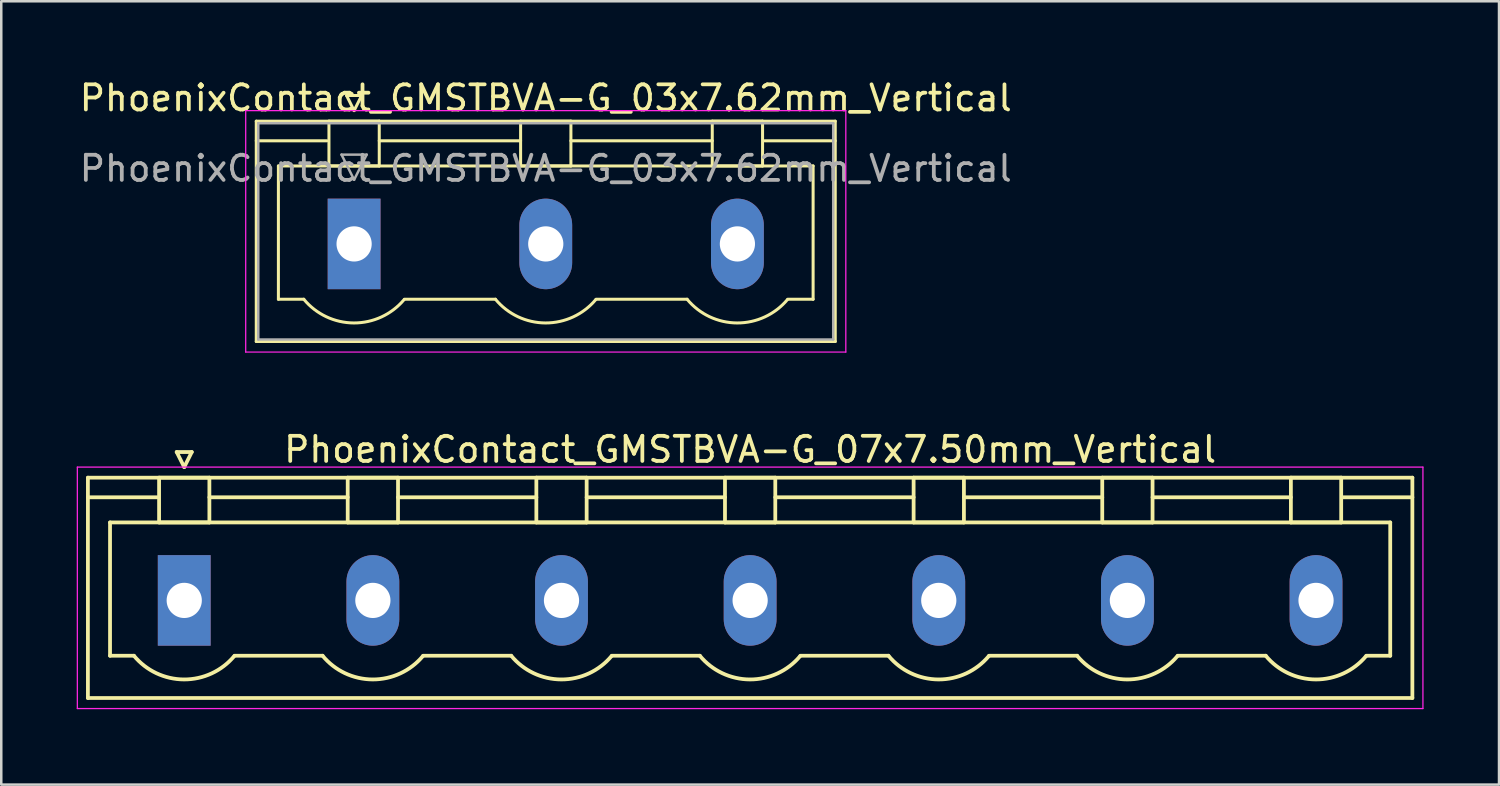
<source format=kicad_pcb>
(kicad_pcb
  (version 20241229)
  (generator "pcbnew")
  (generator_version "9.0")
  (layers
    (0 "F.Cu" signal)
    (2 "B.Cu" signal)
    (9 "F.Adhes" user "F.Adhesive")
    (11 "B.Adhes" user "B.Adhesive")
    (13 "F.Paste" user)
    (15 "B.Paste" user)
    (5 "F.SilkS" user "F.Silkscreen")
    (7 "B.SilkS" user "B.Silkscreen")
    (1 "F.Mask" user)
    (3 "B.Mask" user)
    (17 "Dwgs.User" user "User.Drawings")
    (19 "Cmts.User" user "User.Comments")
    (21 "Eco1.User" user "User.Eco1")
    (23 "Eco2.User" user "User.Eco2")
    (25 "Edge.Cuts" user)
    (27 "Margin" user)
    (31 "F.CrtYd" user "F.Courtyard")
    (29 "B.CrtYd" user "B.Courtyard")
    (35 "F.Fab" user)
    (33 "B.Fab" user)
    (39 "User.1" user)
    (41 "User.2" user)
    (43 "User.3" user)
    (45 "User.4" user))
  (footprint "PhoenixContact_GMSTBVA-G_07x7.50mm_Vertical"
    (layer "F.Cu")
    (at 4.275 20.822)
    (property "Reference" "PhoenixContact_GMSTBVA-G_07x7.50mm_Vertical" (at 22.5 -6 0) (layer "F.SilkS") (effects (font (size 1 1) (thickness 0.15))))
    (attr through_hole)
    (fp_line (start -3.83 -4.88) (end -3.83 3.88) (stroke (width 0.15) (type solid)) (layer "F.SilkS"))
    (fp_line (start -3.83 -4.1) (end -1.08 -4.1) (stroke (width 0.15) (type solid)) (layer "F.SilkS"))
    (fp_line (start -3.83 3.88) (end 48.83 3.88) (stroke (width 0.15) (type solid)) (layer "F.SilkS"))
    (fp_line (start -2.95 -3.1) (end 47.95 -3.1) (stroke (width 0.15) (type solid)) (layer "F.SilkS"))
    (fp_line (start -2.95 2.2) (end -2.95 -3.1) (stroke (width 0.15) (type solid)) (layer "F.SilkS"))
    (fp_line (start -2 2.2) (end -2.95 2.2) (stroke (width 0.15) (type solid)) (layer "F.SilkS"))
    (fp_line (start -1 -4.88) (end 1 -4.88) (stroke (width 0.15) (type solid)) (layer "F.SilkS"))
    (fp_line (start -1 -3.1) (end -1 -4.88) (stroke (width 0.15) (type solid)) (layer "F.SilkS"))
    (fp_line (start -0.3 -5.9) (end 0 -5.3) (stroke (width 0.15) (type solid)) (layer "F.SilkS"))
    (fp_line (start 0 -5.3) (end 0.3 -5.9) (stroke (width 0.15) (type solid)) (layer "F.SilkS"))
    (fp_line (start 0.3 -5.9) (end -0.3 -5.9) (stroke (width 0.15) (type solid)) (layer "F.SilkS"))
    (fp_line (start 1 -4.88) (end 1 -3.1) (stroke (width 0.15) (type solid)) (layer "F.SilkS"))
    (fp_line (start 1 -4.1) (end 6.5 -4.1) (stroke (width 0.15) (type solid)) (layer "F.SilkS"))
    (fp_line (start 1 -3.1) (end -1 -3.1) (stroke (width 0.15) (type solid)) (layer "F.SilkS"))
    (fp_line (start 2 2.2) (end 5.5 2.2) (stroke (width 0.15) (type solid)) (layer "F.SilkS"))
    (fp_line (start 6.5 -4.88) (end 8.5 -4.88) (stroke (width 0.15) (type solid)) (layer "F.SilkS"))
    (fp_line (start 6.5 -3.1) (end 6.5 -4.88) (stroke (width 0.15) (type solid)) (layer "F.SilkS"))
    (fp_line (start 8.5 -4.88) (end 8.5 -3.1) (stroke (width 0.15) (type solid)) (layer "F.SilkS"))
    (fp_line (start 8.5 -4.1) (end 14 -4.1) (stroke (width 0.15) (type solid)) (layer "F.SilkS"))
    (fp_line (start 8.5 -3.1) (end 6.5 -3.1) (stroke (width 0.15) (type solid)) (layer "F.SilkS"))
    (fp_line (start 9.5 2.2) (end 13 2.2) (stroke (width 0.15) (type solid)) (layer "F.SilkS"))
    (fp_line (start 14 -4.88) (end 16 -4.88) (stroke (width 0.15) (type solid)) (layer "F.SilkS"))
    (fp_line (start 14 -3.1) (end 14 -4.88) (stroke (width 0.15) (type solid)) (layer "F.SilkS"))
    (fp_line (start 16 -4.88) (end 16 -3.1) (stroke (width 0.15) (type solid)) (layer "F.SilkS"))
    (fp_line (start 16 -4.1) (end 21.5 -4.1) (stroke (width 0.15) (type solid)) (layer "F.SilkS"))
    (fp_line (start 16 -3.1) (end 14 -3.1) (stroke (width 0.15) (type solid)) (layer "F.SilkS"))
    (fp_line (start 17 2.2) (end 20.5 2.2) (stroke (width 0.15) (type solid)) (layer "F.SilkS"))
    (fp_line (start 21.5 -4.88) (end 23.5 -4.88) (stroke (width 0.15) (type solid)) (layer "F.SilkS"))
    (fp_line (start 21.5 -3.1) (end 21.5 -4.88) (stroke (width 0.15) (type solid)) (layer "F.SilkS"))
    (fp_line (start 23.5 -4.88) (end 23.5 -3.1) (stroke (width 0.15) (type solid)) (layer "F.SilkS"))
    (fp_line (start 23.5 -4.1) (end 29 -4.1) (stroke (width 0.15) (type solid)) (layer "F.SilkS"))
    (fp_line (start 23.5 -3.1) (end 21.5 -3.1) (stroke (width 0.15) (type solid)) (layer "F.SilkS"))
    (fp_line (start 24.5 2.2) (end 28 2.2) (stroke (width 0.15) (type solid)) (layer "F.SilkS"))
    (fp_line (start 29 -4.88) (end 31 -4.88) (stroke (width 0.15) (type solid)) (layer "F.SilkS"))
    (fp_line (start 29 -3.1) (end 29 -4.88) (stroke (width 0.15) (type solid)) (layer "F.SilkS"))
    (fp_line (start 31 -4.88) (end 31 -3.1) (stroke (width 0.15) (type solid)) (layer "F.SilkS"))
    (fp_line (start 31 -4.1) (end 36.5 -4.1) (stroke (width 0.15) (type solid)) (layer "F.SilkS"))
    (fp_line (start 31 -3.1) (end 29 -3.1) (stroke (width 0.15) (type solid)) (layer "F.SilkS"))
    (fp_line (start 32 2.2) (end 35.5 2.2) (stroke (width 0.15) (type solid)) (layer "F.SilkS"))
    (fp_line (start 36.5 -4.88) (end 38.5 -4.88) (stroke (width 0.15) (type solid)) (layer "F.SilkS"))
    (fp_line (start 36.5 -3.1) (end 36.5 -4.88) (stroke (width 0.15) (type solid)) (layer "F.SilkS"))
    (fp_line (start 38.5 -4.88) (end 38.5 -3.1) (stroke (width 0.15) (type solid)) (layer "F.SilkS"))
    (fp_line (start 38.5 -4.1) (end 44 -4.1) (stroke (width 0.15) (type solid)) (layer "F.SilkS"))
    (fp_line (start 38.5 -3.1) (end 36.5 -3.1) (stroke (width 0.15) (type solid)) (layer "F.SilkS"))
    (fp_line (start 39.5 2.2) (end 43 2.2) (stroke (width 0.15) (type solid)) (layer "F.SilkS"))
    (fp_line (start 44 -4.88) (end 46 -4.88) (stroke (width 0.15) (type solid)) (layer "F.SilkS"))
    (fp_line (start 44 -3.1) (end 44 -4.88) (stroke (width 0.15) (type solid)) (layer "F.SilkS"))
    (fp_line (start 46 -4.88) (end 46 -3.1) (stroke (width 0.15) (type solid)) (layer "F.SilkS"))
    (fp_line (start 46 -3.1) (end 44 -3.1) (stroke (width 0.15) (type solid)) (layer "F.SilkS"))
    (fp_line (start 47.95 -3.1) (end 47.95 2.2) (stroke (width 0.15) (type solid)) (layer "F.SilkS"))
    (fp_line (start 47.95 2.2) (end 47 2.2) (stroke (width 0.15) (type solid)) (layer "F.SilkS"))
    (fp_line (start 48.83 -4.88) (end -3.83 -4.88) (stroke (width 0.15) (type solid)) (layer "F.SilkS"))
    (fp_line (start 48.83 -4.1) (end 46.08 -4.1) (stroke (width 0.15) (type solid)) (layer "F.SilkS"))
    (fp_line (start 48.83 3.88) (end 48.83 -4.88) (stroke (width 0.15) (type solid)) (layer "F.SilkS"))
    (fp_arc (start 1.986842 2.215821) (mid -0.010289 3.142758) (end -2 2.2) (stroke (width 0.15) (type solid)) (layer "F.SilkS"))
    (fp_arc (start 9.486842 2.215821) (mid 7.489711 3.142758) (end 5.5 2.2) (stroke (width 0.15) (type solid)) (layer "F.SilkS"))
    (fp_arc (start 16.986842 2.215821) (mid 14.989711 3.142758) (end 13 2.2) (stroke (width 0.15) (type solid)) (layer "F.SilkS"))
    (fp_arc (start 24.486842 2.215821) (mid 22.489711 3.142758) (end 20.5 2.2) (stroke (width 0.15) (type solid)) (layer "F.SilkS"))
    (fp_arc (start 31.986842 2.215821) (mid 29.989711 3.142758) (end 28 2.2) (stroke (width 0.15) (type solid)) (layer "F.SilkS"))
    (fp_arc (start 39.486842 2.215821) (mid 37.489711 3.142758) (end 35.5 2.2) (stroke (width 0.15) (type solid)) (layer "F.SilkS"))
    (fp_arc (start 46.986842 2.215821) (mid 44.989711 3.142758) (end 43 2.2) (stroke (width 0.15) (type solid)) (layer "F.SilkS"))
    (fp_line (start -4.25 -5.3) (end -4.25 4.3) (stroke (width 0.05) (type solid)) (layer "F.CrtYd"))
    (fp_line (start -4.25 4.3) (end 49.25 4.3) (stroke (width 0.05) (type solid)) (layer "F.CrtYd"))
    (fp_line (start 49.25 -5.3) (end -4.25 -5.3) (stroke (width 0.05) (type solid)) (layer "F.CrtYd"))
    (fp_line (start 49.25 4.3) (end 49.25 -5.3) (stroke (width 0.05) (type solid)) (layer "F.CrtYd"))
    (pad "1" thru_hole rect (at 0 0) (size 2.1 3.6) (drill 1.4) (layers "*.Cu" "*.Mask"))
    (pad "2" thru_hole oval (at 7.5 0) (size 2.1 3.6) (drill 1.4) (layers "*.Cu" "*.Mask"))
    (pad "3" thru_hole oval (at 15 0) (size 2.1 3.6) (drill 1.4) (layers "*.Cu" "*.Mask"))
    (pad "4" thru_hole oval (at 22.5 0) (size 2.1 3.6) (drill 1.4) (layers "*.Cu" "*.Mask"))
    (pad "5" thru_hole oval (at 30 0) (size 2.1 3.6) (drill 1.4) (layers "*.Cu" "*.Mask"))
    (pad "6" thru_hole oval (at 37.5 0) (size 2.1 3.6) (drill 1.4) (layers "*.Cu" "*.Mask"))
    (pad "7" thru_hole oval (at 45 0) (size 2.1 3.6) (drill 1.4) (layers "*.Cu" "*.Mask")))
  (footprint "PhoenixContact_GMSTBVA-G_03x7.62mm_Vertical"
    (layer "F.Cu")
    (at 11.029 6.648)
    (property "Reference" "PhoenixContact_GMSTBVA-G_03x7.62mm_Vertical" (at 7.62 -5.8 0) (layer "F.SilkS") (effects (font (size 1 1) (thickness 0.15))))
    (attr through_hole)
    (fp_line (start -3.89 -4.88) (end -3.89 3.88) (stroke (width 0.12) (type solid)) (layer "F.SilkS"))
    (fp_line (start -3.89 -4.1) (end -1.08 -4.1) (stroke (width 0.12) (type solid)) (layer "F.SilkS"))
    (fp_line (start -3.89 3.88) (end 19.13 3.88) (stroke (width 0.12) (type solid)) (layer "F.SilkS"))
    (fp_line (start -3.01 -3.1) (end 18.25 -3.1) (stroke (width 0.12) (type solid)) (layer "F.SilkS"))
    (fp_line (start -3.01 2.2) (end -3.01 -3.1) (stroke (width 0.12) (type solid)) (layer "F.SilkS"))
    (fp_line (start -2 2.2) (end -3.01 2.2) (stroke (width 0.12) (type solid)) (layer "F.SilkS"))
    (fp_line (start -1 -4.88) (end 1 -4.88) (stroke (width 0.12) (type solid)) (layer "F.SilkS"))
    (fp_line (start -1 -3.1) (end -1 -4.88) (stroke (width 0.12) (type solid)) (layer "F.SilkS"))
    (fp_line (start -0.3 -5.9) (end 0.3 -5.9) (stroke (width 0.12) (type solid)) (layer "F.SilkS"))
    (fp_line (start 0 -5.3) (end -0.3 -5.9) (stroke (width 0.12) (type solid)) (layer "F.SilkS"))
    (fp_line (start 0.3 -5.9) (end 0 -5.3) (stroke (width 0.12) (type solid)) (layer "F.SilkS"))
    (fp_line (start 1 -4.88) (end 1 -3.1) (stroke (width 0.12) (type solid)) (layer "F.SilkS"))
    (fp_line (start 1 -4.1) (end 6.62 -4.1) (stroke (width 0.12) (type solid)) (layer "F.SilkS"))
    (fp_line (start 1 -3.1) (end -1 -3.1) (stroke (width 0.12) (type solid)) (layer "F.SilkS"))
    (fp_line (start 2 2.2) (end 5.62 2.2) (stroke (width 0.12) (type solid)) (layer "F.SilkS"))
    (fp_line (start 6.62 -4.88) (end 8.62 -4.88) (stroke (width 0.12) (type solid)) (layer "F.SilkS"))
    (fp_line (start 6.62 -3.1) (end 6.62 -4.88) (stroke (width 0.12) (type solid)) (layer "F.SilkS"))
    (fp_line (start 8.62 -4.88) (end 8.62 -3.1) (stroke (width 0.12) (type solid)) (layer "F.SilkS"))
    (fp_line (start 8.62 -4.1) (end 14.24 -4.1) (stroke (width 0.12) (type solid)) (layer "F.SilkS"))
    (fp_line (start 8.62 -3.1) (end 6.62 -3.1) (stroke (width 0.12) (type solid)) (layer "F.SilkS"))
    (fp_line (start 9.62 2.2) (end 13.24 2.2) (stroke (width 0.12) (type solid)) (layer "F.SilkS"))
    (fp_line (start 14.24 -4.88) (end 16.24 -4.88) (stroke (width 0.12) (type solid)) (layer "F.SilkS"))
    (fp_line (start 14.24 -3.1) (end 14.24 -4.88) (stroke (width 0.12) (type solid)) (layer "F.SilkS"))
    (fp_line (start 16.24 -4.88) (end 16.24 -3.1) (stroke (width 0.12) (type solid)) (layer "F.SilkS"))
    (fp_line (start 16.24 -3.1) (end 14.24 -3.1) (stroke (width 0.12) (type solid)) (layer "F.SilkS"))
    (fp_line (start 18.25 -3.1) (end 18.25 2.2) (stroke (width 0.12) (type solid)) (layer "F.SilkS"))
    (fp_line (start 18.25 2.2) (end 17.24 2.2) (stroke (width 0.12) (type solid)) (layer "F.SilkS"))
    (fp_line (start 19.13 -4.88) (end -3.89 -4.88) (stroke (width 0.12) (type solid)) (layer "F.SilkS"))
    (fp_line (start 19.13 -4.1) (end 16.32 -4.1) (stroke (width 0.12) (type solid)) (layer "F.SilkS"))
    (fp_line (start 19.13 3.88) (end 19.13 -4.88) (stroke (width 0.12) (type solid)) (layer "F.SilkS"))
    (fp_arc (start 1.986842 2.215821) (mid -0.010289 3.142758) (end -2 2.2) (stroke (width 0.12) (type solid)) (layer "F.SilkS"))
    (fp_arc (start 9.606842 2.215821) (mid 7.609711 3.142758) (end 5.62 2.2) (stroke (width 0.12) (type solid)) (layer "F.SilkS"))
    (fp_arc (start 17.226842 2.215821) (mid 15.229711 3.142758) (end 13.24 2.2) (stroke (width 0.12) (type solid)) (layer "F.SilkS"))
    (fp_line (start -4.31 -5.3) (end -4.31 4.3) (stroke (width 0.05) (type solid)) (layer "F.CrtYd"))
    (fp_line (start -4.31 4.3) (end 19.55 4.3) (stroke (width 0.05) (type solid)) (layer "F.CrtYd"))
    (fp_line (start 19.55 -5.3) (end -4.31 -5.3) (stroke (width 0.05) (type solid)) (layer "F.CrtYd"))
    (fp_line (start 19.55 4.3) (end 19.55 -5.3) (stroke (width 0.05) (type solid)) (layer "F.CrtYd"))
    (fp_line (start -3.81 -4.8) (end -3.81 3.8) (stroke (width 0.1) (type solid)) (layer "F.Fab"))
    (fp_line (start -3.81 3.8) (end 19.05 3.8) (stroke (width 0.1) (type solid)) (layer "F.Fab"))
    (fp_line (start -0.5 -3.55) (end 0.5 -3.55) (stroke (width 0.1) (type solid)) (layer "F.Fab"))
    (fp_line (start 0 -2.55) (end -0.5 -3.55) (stroke (width 0.1) (type solid)) (layer "F.Fab"))
    (fp_line (start 0.5 -3.55) (end 0 -2.55) (stroke (width 0.1) (type solid)) (layer "F.Fab"))
    (fp_line (start 19.05 -4.8) (end -3.81 -4.8) (stroke (width 0.1) (type solid)) (layer "F.Fab"))
    (fp_line (start 19.05 3.8) (end 19.05 -4.8) (stroke (width 0.1) (type solid)) (layer "F.Fab"))
    (fp_text user "${REFERENCE}" (at 7.62 -3 0) (layer "F.Fab") (effects (font (size 1 1) (thickness 0.15))))
    (pad "1" thru_hole rect (at 0 0) (size 2.1 3.6) (drill 1.4) (layers "*.Cu" "*.Mask"))
    (pad "2" thru_hole oval (at 7.62 0) (size 2.1 3.6) (drill 1.4) (layers "*.Cu" "*.Mask"))
    (pad "3" thru_hole oval (at 15.24 0) (size 2.1 3.6) (drill 1.4) (layers "*.Cu" "*.Mask")))
  (gr_rect
    (start -3 -3)
    (end 56.55 28.146)
    (stroke (width 0.1) (type default))
    (fill no)
    (layer "Edge.Cuts")))
</source>
